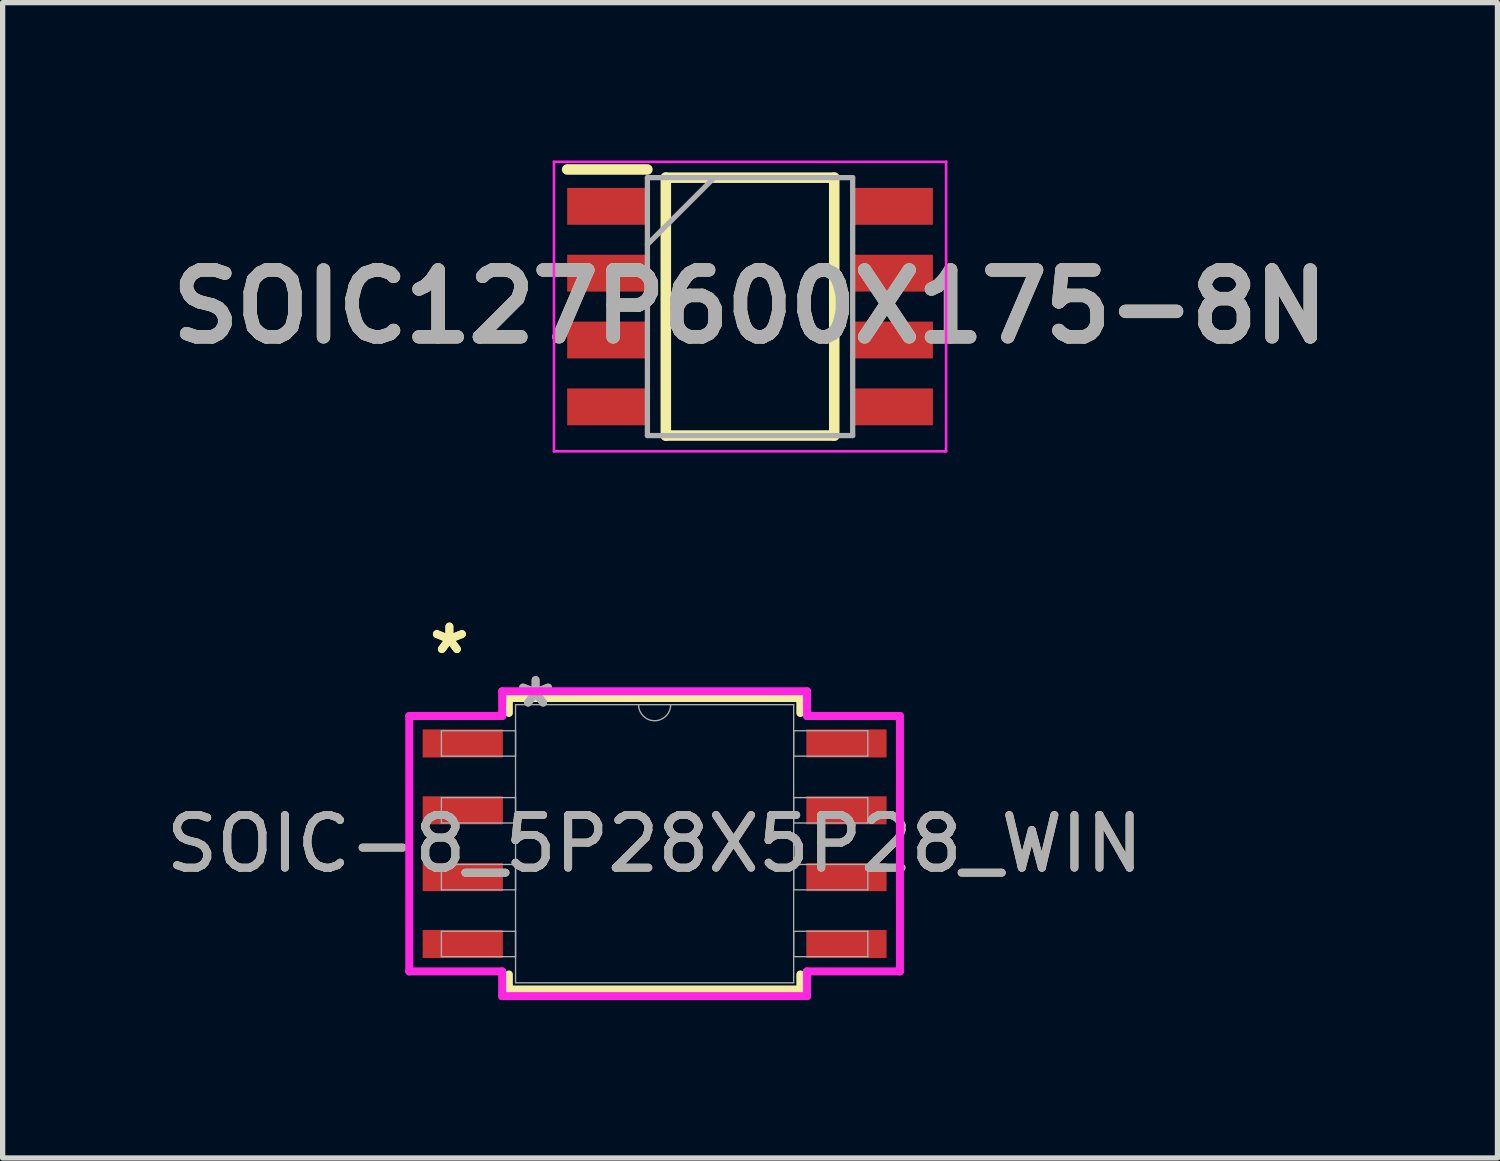
<source format=kicad_pcb>
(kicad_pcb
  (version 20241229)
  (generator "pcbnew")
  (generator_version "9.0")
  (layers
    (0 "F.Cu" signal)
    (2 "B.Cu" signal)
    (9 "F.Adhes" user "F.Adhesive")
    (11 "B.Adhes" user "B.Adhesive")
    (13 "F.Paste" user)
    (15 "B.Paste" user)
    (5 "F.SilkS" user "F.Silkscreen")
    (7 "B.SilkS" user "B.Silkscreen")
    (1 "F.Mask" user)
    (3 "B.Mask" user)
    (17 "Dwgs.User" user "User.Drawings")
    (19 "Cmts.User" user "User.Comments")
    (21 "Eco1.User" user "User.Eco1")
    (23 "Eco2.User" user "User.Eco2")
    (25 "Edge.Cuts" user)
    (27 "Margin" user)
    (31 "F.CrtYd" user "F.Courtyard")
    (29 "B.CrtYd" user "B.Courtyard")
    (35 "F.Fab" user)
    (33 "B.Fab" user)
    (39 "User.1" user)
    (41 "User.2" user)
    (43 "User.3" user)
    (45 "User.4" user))
  (footprint "SOIC-8_5P28X5P28_WIN"
    (layer "F.Cu")
    (at 9.387 12.98)
    (property "Reference" "SOIC-8_5P28X5P28_WIN" (at 0 0 0) (unlocked yes) (layer "F.SilkS") (effects (font (size 1 1) (thickness 0.15))))
    (attr smd)
    (fp_line (start -2.769 -2.769) (end -2.769 -2.484) (stroke (width 0.152) (type solid)) (layer "F.SilkS"))
    (fp_line (start -2.769 2.484) (end -2.769 2.769) (stroke (width 0.152) (type solid)) (layer "F.SilkS"))
    (fp_line (start -2.769 2.769) (end 2.769 2.769) (stroke (width 0.152) (type solid)) (layer "F.SilkS"))
    (fp_line (start 2.769 -2.769) (end -2.769 -2.769) (stroke (width 0.152) (type solid)) (layer "F.SilkS"))
    (fp_line (start 2.769 -2.484) (end 2.769 -2.769) (stroke (width 0.152) (type solid)) (layer "F.SilkS"))
    (fp_line (start 2.769 2.769) (end 2.769 2.484) (stroke (width 0.152) (type solid)) (layer "F.SilkS"))
    (fp_line (start -4.661 -2.426) (end -2.896 -2.426) (stroke (width 0.152) (type solid)) (layer "F.CrtYd"))
    (fp_line (start -4.661 2.426) (end -4.661 -2.426) (stroke (width 0.152) (type solid)) (layer "F.CrtYd"))
    (fp_line (start -4.661 2.426) (end -2.896 2.426) (stroke (width 0.152) (type solid)) (layer "F.CrtYd"))
    (fp_line (start -2.896 -2.896) (end 2.896 -2.896) (stroke (width 0.152) (type solid)) (layer "F.CrtYd"))
    (fp_line (start -2.896 -2.426) (end -2.896 -2.896) (stroke (width 0.152) (type solid)) (layer "F.CrtYd"))
    (fp_line (start -2.896 2.896) (end -2.896 2.426) (stroke (width 0.152) (type solid)) (layer "F.CrtYd"))
    (fp_line (start 2.896 -2.896) (end 2.896 -2.426) (stroke (width 0.152) (type solid)) (layer "F.CrtYd"))
    (fp_line (start 2.896 2.426) (end 2.896 2.896) (stroke (width 0.152) (type solid)) (layer "F.CrtYd"))
    (fp_line (start 2.896 2.896) (end -2.896 2.896) (stroke (width 0.152) (type solid)) (layer "F.CrtYd"))
    (fp_line (start 4.661 -2.426) (end 2.896 -2.426) (stroke (width 0.152) (type solid)) (layer "F.CrtYd"))
    (fp_line (start 4.661 -2.426) (end 4.661 2.426) (stroke (width 0.152) (type solid)) (layer "F.CrtYd"))
    (fp_line (start 4.661 2.426) (end 2.896 2.426) (stroke (width 0.152) (type solid)) (layer "F.CrtYd"))
    (fp_line (start -4.051 -2.146) (end -4.051 -1.664) (stroke (width 0.025) (type solid)) (layer "F.Fab"))
    (fp_line (start -4.051 -1.664) (end -2.642 -1.664) (stroke (width 0.025) (type solid)) (layer "F.Fab"))
    (fp_line (start -4.051 -0.876) (end -4.051 -0.394) (stroke (width 0.025) (type solid)) (layer "F.Fab"))
    (fp_line (start -4.051 -0.394) (end -2.642 -0.394) (stroke (width 0.025) (type solid)) (layer "F.Fab"))
    (fp_line (start -4.051 0.394) (end -4.051 0.876) (stroke (width 0.025) (type solid)) (layer "F.Fab"))
    (fp_line (start -4.051 0.876) (end -2.642 0.876) (stroke (width 0.025) (type solid)) (layer "F.Fab"))
    (fp_line (start -4.051 1.664) (end -4.051 2.146) (stroke (width 0.025) (type solid)) (layer "F.Fab"))
    (fp_line (start -4.051 2.146) (end -2.642 2.146) (stroke (width 0.025) (type solid)) (layer "F.Fab"))
    (fp_line (start -2.642 -2.642) (end -2.642 2.642) (stroke (width 0.025) (type solid)) (layer "F.Fab"))
    (fp_line (start -2.642 -2.146) (end -4.051 -2.146) (stroke (width 0.025) (type solid)) (layer "F.Fab"))
    (fp_line (start -2.642 -1.664) (end -2.642 -2.146) (stroke (width 0.025) (type solid)) (layer "F.Fab"))
    (fp_line (start -2.642 -0.876) (end -4.051 -0.876) (stroke (width 0.025) (type solid)) (layer "F.Fab"))
    (fp_line (start -2.642 -0.394) (end -2.642 -0.876) (stroke (width 0.025) (type solid)) (layer "F.Fab"))
    (fp_line (start -2.642 0.394) (end -4.051 0.394) (stroke (width 0.025) (type solid)) (layer "F.Fab"))
    (fp_line (start -2.642 0.876) (end -2.642 0.394) (stroke (width 0.025) (type solid)) (layer "F.Fab"))
    (fp_line (start -2.642 1.664) (end -4.051 1.664) (stroke (width 0.025) (type solid)) (layer "F.Fab"))
    (fp_line (start -2.642 2.146) (end -2.642 1.664) (stroke (width 0.025) (type solid)) (layer "F.Fab"))
    (fp_line (start -2.642 2.642) (end 2.642 2.642) (stroke (width 0.025) (type solid)) (layer "F.Fab"))
    (fp_line (start 2.642 -2.642) (end -2.642 -2.642) (stroke (width 0.025) (type solid)) (layer "F.Fab"))
    (fp_line (start 2.642 -2.146) (end 2.642 -1.664) (stroke (width 0.025) (type solid)) (layer "F.Fab"))
    (fp_line (start 2.642 -1.664) (end 4.051 -1.664) (stroke (width 0.025) (type solid)) (layer "F.Fab"))
    (fp_line (start 2.642 -0.876) (end 2.642 -0.394) (stroke (width 0.025) (type solid)) (layer "F.Fab"))
    (fp_line (start 2.642 -0.394) (end 4.051 -0.394) (stroke (width 0.025) (type solid)) (layer "F.Fab"))
    (fp_line (start 2.642 0.394) (end 2.642 0.876) (stroke (width 0.025) (type solid)) (layer "F.Fab"))
    (fp_line (start 2.642 0.876) (end 4.051 0.876) (stroke (width 0.025) (type solid)) (layer "F.Fab"))
    (fp_line (start 2.642 1.664) (end 2.642 2.146) (stroke (width 0.025) (type solid)) (layer "F.Fab"))
    (fp_line (start 2.642 2.146) (end 4.051 2.146) (stroke (width 0.025) (type solid)) (layer "F.Fab"))
    (fp_line (start 2.642 2.642) (end 2.642 -2.642) (stroke (width 0.025) (type solid)) (layer "F.Fab"))
    (fp_line (start 4.051 -2.146) (end 2.642 -2.146) (stroke (width 0.025) (type solid)) (layer "F.Fab"))
    (fp_line (start 4.051 -1.664) (end 4.051 -2.146) (stroke (width 0.025) (type solid)) (layer "F.Fab"))
    (fp_line (start 4.051 -0.876) (end 2.642 -0.876) (stroke (width 0.025) (type solid)) (layer "F.Fab"))
    (fp_line (start 4.051 -0.394) (end 4.051 -0.876) (stroke (width 0.025) (type solid)) (layer "F.Fab"))
    (fp_line (start 4.051 0.394) (end 2.642 0.394) (stroke (width 0.025) (type solid)) (layer "F.Fab"))
    (fp_line (start 4.051 0.876) (end 4.051 0.394) (stroke (width 0.025) (type solid)) (layer "F.Fab"))
    (fp_line (start 4.051 1.664) (end 2.642 1.664) (stroke (width 0.025) (type solid)) (layer "F.Fab"))
    (fp_line (start 4.051 2.146) (end 4.051 1.664) (stroke (width 0.025) (type solid)) (layer "F.Fab"))
    (fp_arc (start 0.3048 -2.6416) (mid 0 -2.3368) (end -0.3048 -2.6416) (stroke (width 0.0254) (type solid)) (layer "F.Fab"))
    (fp_text user "*" (at -3.899 -3.581 0) (unlocked yes) (layer "F.SilkS") (effects (font (size 1 1) (thickness 0.15))))
    (fp_text user "*" (at -3.899 -3.581 0) (layer "F.SilkS") (effects (font (size 1 1) (thickness 0.15))))
    (fp_text user "${REFERENCE}" (at 0 0 0) (unlocked yes) (layer "F.Fab") (effects (font (size 1 1) (thickness 0.15))))
    (fp_text user "*" (at -2.261 -2.565 0) (unlocked yes) (layer "F.Fab") (effects (font (size 1 1) (thickness 0.15))))
    (fp_text user "*" (at -2.261 -2.565 0) (layer "F.Fab") (effects (font (size 1 1) (thickness 0.15))))
    (pad "1" smd rect (at -3.645 -1.905) (size 1.524 0.533) (layers "F.Cu" "F.Mask" "F.Paste"))
    (pad "2" smd rect (at -3.645 -0.635) (size 1.524 0.533) (layers "F.Cu" "F.Mask" "F.Paste"))
    (pad "3" smd rect (at -3.645 0.635) (size 1.524 0.533) (layers "F.Cu" "F.Mask" "F.Paste"))
    (pad "4" smd rect (at -3.645 1.905) (size 1.524 0.533) (layers "F.Cu" "F.Mask" "F.Paste"))
    (pad "5" smd rect (at 3.645 1.905) (size 1.524 0.533) (layers "F.Cu" "F.Mask" "F.Paste"))
    (pad "6" smd rect (at 3.645 0.635) (size 1.524 0.533) (layers "F.Cu" "F.Mask" "F.Paste"))
    (pad "7" smd rect (at 3.645 -0.635) (size 1.524 0.533) (layers "F.Cu" "F.Mask" "F.Paste"))
    (pad "8" smd rect (at 3.645 -1.905) (size 1.524 0.533) (layers "F.Cu" "F.Mask" "F.Paste")))
  (footprint "SOIC127P600X175-8N"
    (layer "F.Cu")
    (at 11.2 2.775)
    (property "Reference" "SOIC127P600X175-8N" (at 0 0 0) (layer "F.SilkS") (effects (font (size 1.27 1.27) (thickness 0.254))))
    (attr smd)
    (fp_line (start -3.475 -2.605) (end -1.95 -2.605) (stroke (width 0.2) (type solid)) (layer "F.SilkS"))
    (fp_line (start -1.6 -2.45) (end 1.6 -2.45) (stroke (width 0.2) (type solid)) (layer "F.SilkS"))
    (fp_line (start -1.6 2.45) (end -1.6 -2.45) (stroke (width 0.2) (type solid)) (layer "F.SilkS"))
    (fp_line (start 1.6 -2.45) (end 1.6 2.45) (stroke (width 0.2) (type solid)) (layer "F.SilkS"))
    (fp_line (start 1.6 2.45) (end -1.6 2.45) (stroke (width 0.2) (type solid)) (layer "F.SilkS"))
    (fp_line (start -3.725 -2.75) (end 3.725 -2.75) (stroke (width 0.05) (type solid)) (layer "F.CrtYd"))
    (fp_line (start -3.725 2.75) (end -3.725 -2.75) (stroke (width 0.05) (type solid)) (layer "F.CrtYd"))
    (fp_line (start 3.725 -2.75) (end 3.725 2.75) (stroke (width 0.05) (type solid)) (layer "F.CrtYd"))
    (fp_line (start 3.725 2.75) (end -3.725 2.75) (stroke (width 0.05) (type solid)) (layer "F.CrtYd"))
    (fp_line (start -1.95 -2.45) (end 1.95 -2.45) (stroke (width 0.1) (type solid)) (layer "F.Fab"))
    (fp_line (start -1.95 -1.18) (end -0.68 -2.45) (stroke (width 0.1) (type solid)) (layer "F.Fab"))
    (fp_line (start -1.95 2.45) (end -1.95 -2.45) (stroke (width 0.1) (type solid)) (layer "F.Fab"))
    (fp_line (start 1.95 -2.45) (end 1.95 2.45) (stroke (width 0.1) (type solid)) (layer "F.Fab"))
    (fp_line (start 1.95 2.45) (end -1.95 2.45) (stroke (width 0.1) (type solid)) (layer "F.Fab"))
    (fp_text user "${REFERENCE}" (at 0 0 0) (layer "F.Fab") (effects (font (size 1.27 1.27) (thickness 0.254))))
    (pad "1" smd rect (at -2.712 -1.905 90) (size 0.7 1.525) (layers "F.Cu" "F.Mask" "F.Paste"))
    (pad "2" smd rect (at -2.712 -0.635 90) (size 0.7 1.525) (layers "F.Cu" "F.Mask" "F.Paste"))
    (pad "3" smd rect (at -2.712 0.635 90) (size 0.7 1.525) (layers "F.Cu" "F.Mask" "F.Paste"))
    (pad "4" smd rect (at -2.712 1.905 90) (size 0.7 1.525) (layers "F.Cu" "F.Mask" "F.Paste"))
    (pad "5" smd rect (at 2.712 1.905 90) (size 0.7 1.525) (layers "F.Cu" "F.Mask" "F.Paste"))
    (pad "6" smd rect (at 2.712 0.635 90) (size 0.7 1.525) (layers "F.Cu" "F.Mask" "F.Paste"))
    (pad "7" smd rect (at 2.712 -0.635 90) (size 0.7 1.525) (layers "F.Cu" "F.Mask" "F.Paste"))
    (pad "8" smd rect (at 2.712 -1.905 90) (size 0.7 1.525) (layers "F.Cu" "F.Mask" "F.Paste")))
  (gr_rect
    (start -3 -3)
    (end 25.4 18.951)
    (stroke (width 0.1) (type default))
    (fill no)
    (layer "Edge.Cuts")))
</source>
